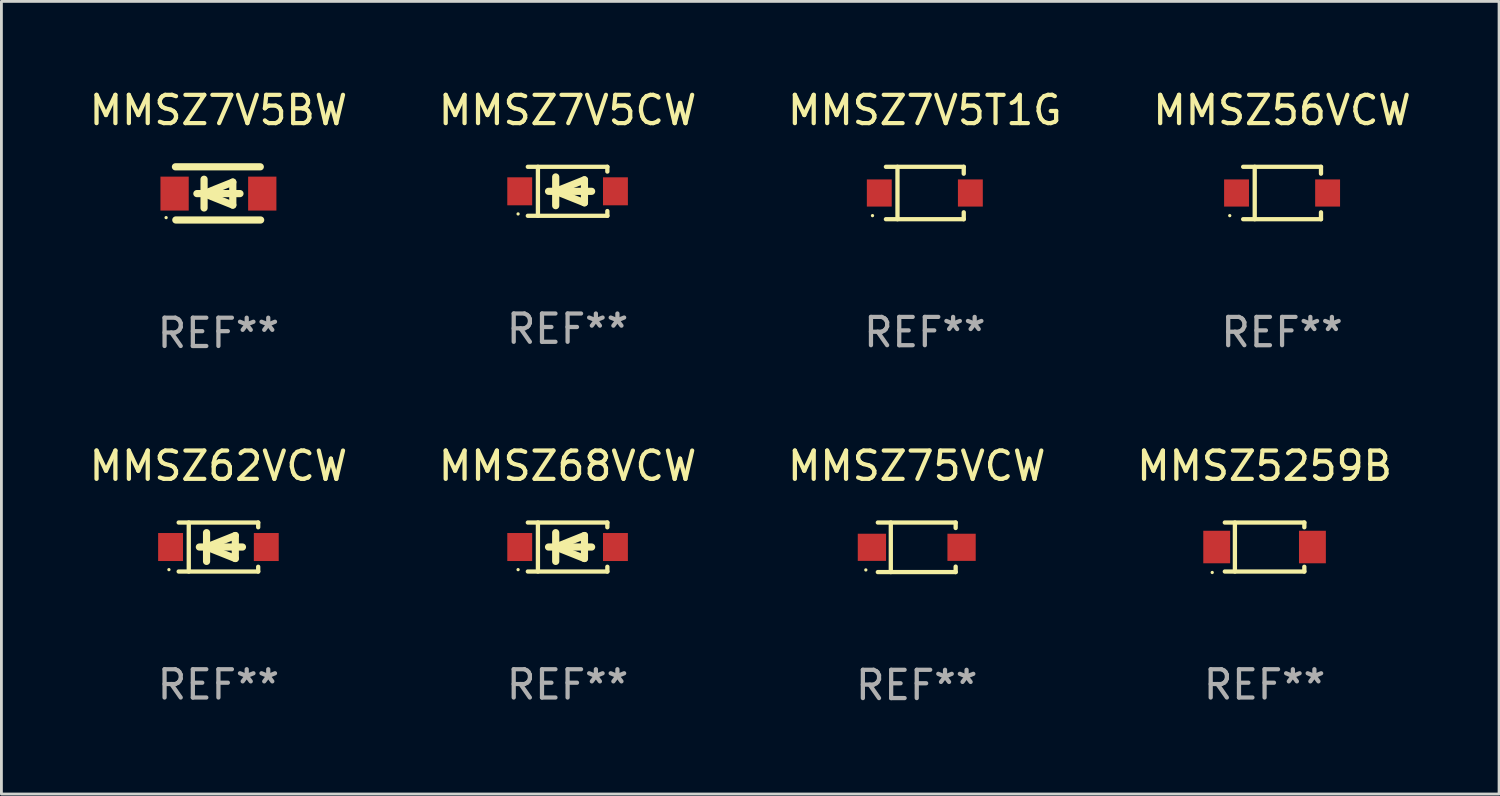
<source format=kicad_pcb>
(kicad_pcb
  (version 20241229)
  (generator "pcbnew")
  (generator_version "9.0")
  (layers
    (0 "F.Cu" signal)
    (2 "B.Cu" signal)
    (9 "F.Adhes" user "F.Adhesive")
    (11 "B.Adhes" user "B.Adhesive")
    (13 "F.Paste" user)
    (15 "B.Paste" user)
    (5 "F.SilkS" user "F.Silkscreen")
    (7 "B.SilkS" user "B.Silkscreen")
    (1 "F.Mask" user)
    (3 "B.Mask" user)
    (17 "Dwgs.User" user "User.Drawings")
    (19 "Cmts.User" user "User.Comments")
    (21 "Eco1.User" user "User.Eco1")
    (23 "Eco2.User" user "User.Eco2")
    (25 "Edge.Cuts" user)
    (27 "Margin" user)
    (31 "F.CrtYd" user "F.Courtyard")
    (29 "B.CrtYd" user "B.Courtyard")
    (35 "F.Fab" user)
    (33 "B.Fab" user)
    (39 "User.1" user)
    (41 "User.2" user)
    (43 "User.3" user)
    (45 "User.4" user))
  (footprint "MMSZ5259B"
    (layer "F.Cu")
    (at 41.661 16.291)
    (property "Reference" "MMSZ5259B" (at 0 -2.866 0) (layer "F.SilkS") (effects (font (size 1 1) (thickness 0.15))))
    (attr through_hole)
    (fp_line (start -1.406 -0.866) (end 1.406 -0.866) (stroke (width 0.152) (type solid)) (layer "F.SilkS"))
    (fp_line (start -1.406 0.866) (end 1.406 0.866) (stroke (width 0.152) (type solid)) (layer "F.SilkS"))
    (fp_line (start -1.049 -0.866) (end -1.049 0.866) (stroke (width 0.152) (type solid)) (layer "F.SilkS"))
    (fp_line (start 1.406 -0.866) (end 1.406 -0.698) (stroke (width 0.152) (type solid)) (layer "F.SilkS"))
    (fp_line (start 1.406 0.866) (end 1.406 0.698) (stroke (width 0.152) (type solid)) (layer "F.SilkS"))
    (fp_circle (center -1.851 0.9) (end -1.821 0.9) (stroke (width 0.06) (type solid)) (fill no) (layer "F.SilkS"))
    (fp_text user "REF**" (at 0 4.866 0) (layer "F.Fab") (effects (font (size 1 1) (thickness 0.15))))
    (pad "1" smd rect (at -1.692 0) (size 0.95 1.15) (layers "F.Cu" "F.Mask" "F.Paste"))
    (pad "2" smd rect (at 1.692 0) (size 0.95 1.15) (layers "F.Cu" "F.Mask" "F.Paste")))
  (footprint "MMSZ7V5T1G"
    (layer "F.Cu")
    (at 29.649 3.774)
    (property "Reference" "MMSZ7V5T1G" (at 0 -2.926 0) (layer "F.SilkS") (effects (font (size 1 1) (thickness 0.15))))
    (attr through_hole)
    (fp_line (start -1.376 -0.926) (end 1.376 -0.926) (stroke (width 0.152) (type solid)) (layer "F.SilkS"))
    (fp_line (start -1.376 0.926) (end 1.376 0.926) (stroke (width 0.152) (type solid)) (layer "F.SilkS"))
    (fp_line (start -0.967 -0.926) (end -0.967 0.926) (stroke (width 0.152) (type solid)) (layer "F.SilkS"))
    (fp_line (start 1.376 -0.926) (end 1.376 -0.683) (stroke (width 0.152) (type solid)) (layer "F.SilkS"))
    (fp_line (start 1.376 0.926) (end 1.376 0.683) (stroke (width 0.152) (type solid)) (layer "F.SilkS"))
    (fp_circle (center -1.85 0.8) (end -1.82 0.8) (stroke (width 0.06) (type solid)) (fill no) (layer "F.SilkS"))
    (fp_text user "REF**" (at 0 4.926 0) (layer "F.Fab") (effects (font (size 1 1) (thickness 0.15))))
    (pad "1" smd rect (at -1.61 0) (size 0.88 0.96) (layers "F.Cu" "F.Mask" "F.Paste"))
    (pad "2" smd rect (at 1.61 0) (size 0.88 0.96) (layers "F.Cu" "F.Mask" "F.Paste")))
  (footprint "MMSZ75VCW"
    (layer "F.Cu")
    (at 29.363 16.301)
    (property "Reference" "MMSZ75VCW" (at 0 -2.876 0) (layer "F.SilkS") (effects (font (size 1 1) (thickness 0.15))))
    (attr through_hole)
    (fp_line (start -1.376 -0.876) (end 1.376 -0.876) (stroke (width 0.152) (type solid)) (layer "F.SilkS"))
    (fp_line (start -1.376 0.876) (end 1.376 0.876) (stroke (width 0.152) (type solid)) (layer "F.SilkS"))
    (fp_line (start -0.917 -0.876) (end -0.917 0.876) (stroke (width 0.152) (type solid)) (layer "F.SilkS"))
    (fp_line (start 1.376 -0.876) (end 1.376 -0.683) (stroke (width 0.152) (type solid)) (layer "F.SilkS"))
    (fp_line (start 1.376 0.876) (end 1.376 0.683) (stroke (width 0.152) (type solid)) (layer "F.SilkS"))
    (fp_circle (center -1.8 0.8) (end -1.77 0.8) (stroke (width 0.06) (type solid)) (fill no) (layer "F.SilkS"))
    (fp_text user "REF**" (at 0 4.876 0) (layer "F.Fab") (effects (font (size 1 1) (thickness 0.15))))
    (pad "1" smd rect (at -1.585 0) (size 1 0.96) (layers "F.Cu" "F.Mask" "F.Paste"))
    (pad "2" smd rect (at 1.585 0) (size 1 0.96) (layers "F.Cu" "F.Mask" "F.Paste")))
  (footprint "MMSZ62VCW"
    (layer "F.Cu")
    (at 4.673 16.291)
    (property "Reference" "MMSZ62VCW" (at 0 -2.866 0) (layer "F.SilkS") (effects (font (size 1 1) (thickness 0.15))))
    (attr through_hole)
    (fp_line (start -1.406 -0.866) (end 1.406 -0.866) (stroke (width 0.152) (type solid)) (layer "F.SilkS"))
    (fp_line (start -1.406 0.866) (end 1.406 0.866) (stroke (width 0.152) (type solid)) (layer "F.SilkS"))
    (fp_line (start -1.049 -0.866) (end -1.049 0.866) (stroke (width 0.152) (type solid)) (layer "F.SilkS"))
    (fp_line (start -0.674 0) (end 0.85 0) (stroke (width 0.254) (type solid)) (layer "F.SilkS"))
    (fp_line (start -0.42 -0.508) (end -0.42 0.508) (stroke (width 0.254) (type solid)) (layer "F.SilkS"))
    (fp_line (start -0.42 0) (end 0.596 -0.406) (stroke (width 0.254) (type solid)) (layer "F.SilkS"))
    (fp_line (start 0.596 -0.406) (end 0.596 0.406) (stroke (width 0.254) (type solid)) (layer "F.SilkS"))
    (fp_line (start 0.596 0.406) (end -0.42 0) (stroke (width 0.254) (type solid)) (layer "F.SilkS"))
    (fp_line (start 1.406 -0.866) (end 1.406 -0.698) (stroke (width 0.152) (type solid)) (layer "F.SilkS"))
    (fp_line (start 1.406 0.866) (end 1.406 0.698) (stroke (width 0.152) (type solid)) (layer "F.SilkS"))
    (fp_circle (center -1.75 0.8) (end -1.72 0.8) (stroke (width 0.06) (type solid)) (fill no) (layer "F.SilkS"))
    (fp_text user "REF**" (at 0 4.866 0) (layer "F.Fab") (effects (font (size 1 1) (thickness 0.15))))
    (pad "1" smd rect (at -1.692 0) (size 0.88 0.99) (layers "F.Cu" "F.Mask" "F.Paste"))
    (pad "2" smd rect (at 1.692 0) (size 0.88 0.99) (layers "F.Cu" "F.Mask" "F.Paste")))
  (footprint "MMSZ7V5CW"
    (layer "F.Cu")
    (at 17.018 3.714)
    (property "Reference" "MMSZ7V5CW" (at 0 -2.866 0) (layer "F.SilkS") (effects (font (size 1 1) (thickness 0.15))))
    (attr through_hole)
    (fp_line (start -1.406 -0.866) (end 1.406 -0.866) (stroke (width 0.152) (type solid)) (layer "F.SilkS"))
    (fp_line (start -1.406 0.866) (end 1.406 0.866) (stroke (width 0.152) (type solid)) (layer "F.SilkS"))
    (fp_line (start -1.049 -0.866) (end -1.049 0.866) (stroke (width 0.152) (type solid)) (layer "F.SilkS"))
    (fp_line (start -0.674 0) (end 0.85 0) (stroke (width 0.254) (type solid)) (layer "F.SilkS"))
    (fp_line (start -0.42 -0.508) (end -0.42 0.508) (stroke (width 0.254) (type solid)) (layer "F.SilkS"))
    (fp_line (start -0.42 0) (end 0.596 -0.406) (stroke (width 0.254) (type solid)) (layer "F.SilkS"))
    (fp_line (start 0.596 -0.406) (end 0.596 0.406) (stroke (width 0.254) (type solid)) (layer "F.SilkS"))
    (fp_line (start 0.596 0.406) (end -0.42 0) (stroke (width 0.254) (type solid)) (layer "F.SilkS"))
    (fp_line (start 1.406 -0.866) (end 1.406 -0.698) (stroke (width 0.152) (type solid)) (layer "F.SilkS"))
    (fp_line (start 1.406 0.866) (end 1.406 0.698) (stroke (width 0.152) (type solid)) (layer "F.SilkS"))
    (fp_circle (center -1.75 0.8) (end -1.72 0.8) (stroke (width 0.06) (type solid)) (fill no) (layer "F.SilkS"))
    (fp_text user "REF**" (at 0 4.866 0) (layer "F.Fab") (effects (font (size 1 1) (thickness 0.15))))
    (pad "1" smd rect (at -1.692 0) (size 0.88 0.99) (layers "F.Cu" "F.Mask" "F.Paste"))
    (pad "2" smd rect (at 1.692 0) (size 0.88 0.99) (layers "F.Cu" "F.Mask" "F.Paste")))
  (footprint "MMSZ68VCW"
    (layer "F.Cu")
    (at 17.018 16.291)
    (property "Reference" "MMSZ68VCW" (at 0 -2.866 0) (layer "F.SilkS") (effects (font (size 1 1) (thickness 0.15))))
    (attr through_hole)
    (fp_line (start -1.406 -0.866) (end 1.406 -0.866) (stroke (width 0.152) (type solid)) (layer "F.SilkS"))
    (fp_line (start -1.406 0.866) (end 1.406 0.866) (stroke (width 0.152) (type solid)) (layer "F.SilkS"))
    (fp_line (start -1.049 -0.866) (end -1.049 0.866) (stroke (width 0.152) (type solid)) (layer "F.SilkS"))
    (fp_line (start -0.674 0) (end 0.85 0) (stroke (width 0.254) (type solid)) (layer "F.SilkS"))
    (fp_line (start -0.42 -0.508) (end -0.42 0.508) (stroke (width 0.254) (type solid)) (layer "F.SilkS"))
    (fp_line (start -0.42 0) (end 0.596 -0.406) (stroke (width 0.254) (type solid)) (layer "F.SilkS"))
    (fp_line (start 0.596 -0.406) (end 0.596 0.406) (stroke (width 0.254) (type solid)) (layer "F.SilkS"))
    (fp_line (start 0.596 0.406) (end -0.42 0) (stroke (width 0.254) (type solid)) (layer "F.SilkS"))
    (fp_line (start 1.406 -0.866) (end 1.406 -0.698) (stroke (width 0.152) (type solid)) (layer "F.SilkS"))
    (fp_line (start 1.406 0.866) (end 1.406 0.698) (stroke (width 0.152) (type solid)) (layer "F.SilkS"))
    (fp_circle (center -1.75 0.8) (end -1.72 0.8) (stroke (width 0.06) (type solid)) (fill no) (layer "F.SilkS"))
    (fp_text user "REF**" (at 0 4.866 0) (layer "F.Fab") (effects (font (size 1 1) (thickness 0.15))))
    (pad "1" smd rect (at -1.692 0) (size 0.88 0.99) (layers "F.Cu" "F.Mask" "F.Paste"))
    (pad "2" smd rect (at 1.692 0) (size 0.88 0.99) (layers "F.Cu" "F.Mask" "F.Paste")))
  (footprint "MMSZ56VCW"
    (layer "F.Cu")
    (at 42.28 3.774)
    (property "Reference" "MMSZ56VCW" (at 0 -2.926 0) (layer "F.SilkS") (effects (font (size 1 1) (thickness 0.15))))
    (attr through_hole)
    (fp_line (start -1.376 -0.926) (end 1.376 -0.926) (stroke (width 0.152) (type solid)) (layer "F.SilkS"))
    (fp_line (start -1.376 0.926) (end 1.376 0.926) (stroke (width 0.152) (type solid)) (layer "F.SilkS"))
    (fp_line (start -0.967 -0.926) (end -0.967 0.926) (stroke (width 0.152) (type solid)) (layer "F.SilkS"))
    (fp_line (start 1.376 -0.926) (end 1.376 -0.683) (stroke (width 0.152) (type solid)) (layer "F.SilkS"))
    (fp_line (start 1.376 0.926) (end 1.376 0.683) (stroke (width 0.152) (type solid)) (layer "F.SilkS"))
    (fp_circle (center -1.85 0.8) (end -1.82 0.8) (stroke (width 0.06) (type solid)) (fill no) (layer "F.SilkS"))
    (fp_text user "REF**" (at 0 4.926 0) (layer "F.Fab") (effects (font (size 1 1) (thickness 0.15))))
    (pad "1" smd rect (at -1.61 0) (size 0.88 0.96) (layers "F.Cu" "F.Mask" "F.Paste"))
    (pad "2" smd rect (at 1.61 0) (size 0.88 0.96) (layers "F.Cu" "F.Mask" "F.Paste")))
  (footprint "MMSZ7V5BW"
    (layer "F.Cu")
    (at 4.673 3.788)
    (property "Reference" "MMSZ7V5BW" (at 0 -2.94 0) (layer "F.SilkS") (effects (font (size 1 1) (thickness 0.15))))
    (attr through_hole)
    (fp_line (start -1.52 -0.94) (end 1.48 -0.94) (stroke (width 0.254) (type solid)) (layer "F.SilkS"))
    (fp_line (start -1.507 0.94) (end 1.493 0.94) (stroke (width 0.254) (type solid)) (layer "F.SilkS"))
    (fp_line (start -0.762 0.007) (end 0.762 0.007) (stroke (width 0.254) (type solid)) (layer "F.SilkS"))
    (fp_line (start -0.508 -0.501) (end -0.508 0.515) (stroke (width 0.254) (type solid)) (layer "F.SilkS"))
    (fp_line (start -0.508 0.007) (end 0.508 -0.4) (stroke (width 0.254) (type solid)) (layer "F.SilkS"))
    (fp_line (start 0.508 -0.4) (end 0.508 0.413) (stroke (width 0.254) (type solid)) (layer "F.SilkS"))
    (fp_line (start 0.508 0.413) (end -0.508 0.007) (stroke (width 0.254) (type solid)) (layer "F.SilkS"))
    (fp_circle (center -1.85 0.857) (end -1.82 0.857) (stroke (width 0.06) (type solid)) (fill no) (layer "F.SilkS"))
    (fp_text user "REF**" (at 0 4.94 0) (layer "F.Fab") (effects (font (size 1 1) (thickness 0.15))))
    (pad "1" smd rect (at -1.55 0.007) (size 1 1.2) (layers "F.Cu" "F.Mask" "F.Paste"))
    (pad "2" smd rect (at 1.55 0.007) (size 1 1.2) (layers "F.Cu" "F.Mask" "F.Paste")))
  (gr_rect
    (start -3 -3)
    (end 49.952 25.025)
    (stroke (width 0.1) (type default))
    (fill no)
    (layer "Edge.Cuts")))
</source>
